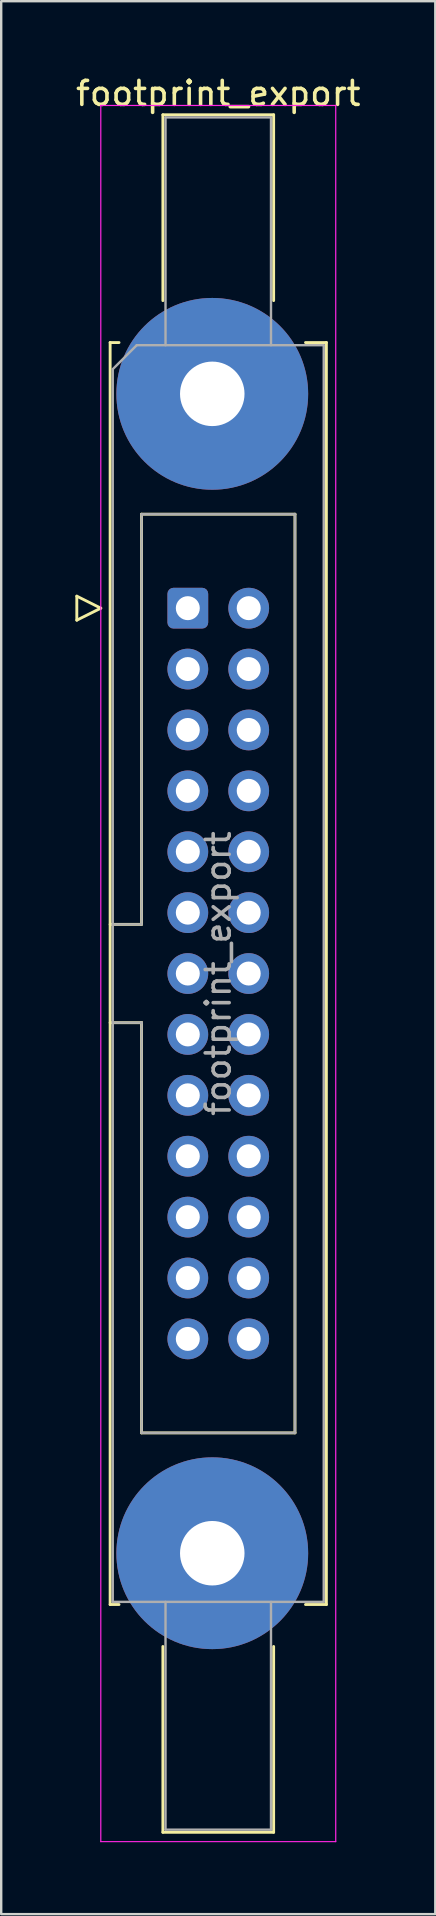
<source format=kicad_pcb>
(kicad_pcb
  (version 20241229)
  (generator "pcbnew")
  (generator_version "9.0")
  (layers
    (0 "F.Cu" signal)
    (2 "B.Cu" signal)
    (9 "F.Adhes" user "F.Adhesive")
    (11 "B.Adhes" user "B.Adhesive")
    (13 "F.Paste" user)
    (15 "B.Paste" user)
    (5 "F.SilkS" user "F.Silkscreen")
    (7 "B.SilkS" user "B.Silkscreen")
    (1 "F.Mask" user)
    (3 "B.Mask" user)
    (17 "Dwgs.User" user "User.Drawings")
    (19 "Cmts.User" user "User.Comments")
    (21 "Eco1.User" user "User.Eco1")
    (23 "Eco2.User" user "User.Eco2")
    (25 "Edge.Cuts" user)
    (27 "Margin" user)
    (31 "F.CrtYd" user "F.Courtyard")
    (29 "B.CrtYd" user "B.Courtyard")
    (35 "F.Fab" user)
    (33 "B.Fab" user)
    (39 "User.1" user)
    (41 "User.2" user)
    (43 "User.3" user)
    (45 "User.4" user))
  (footprint "footprint_export"
    (layer "F.Cu")
    (at 4.784 22.318)
    (property "Reference" "footprint_export" (at 1.27 -21.47 0) (layer "F.SilkS") (effects (font (size 1 1) (thickness 0.15))))
    (attr through_hole)
    (fp_line (start -4.63 -0.5) (end -4.63 0.5) (stroke (width 0.12) (type solid)) (layer "F.SilkS"))
    (fp_line (start -4.63 0.5) (end -3.63 0) (stroke (width 0.12) (type solid)) (layer "F.SilkS"))
    (fp_line (start -3.63 0) (end -4.63 -0.5) (stroke (width 0.12) (type solid)) (layer "F.SilkS"))
    (fp_line (start -3.24 -11.08) (end -3.24 41.56) (stroke (width 0.12) (type solid)) (layer "F.SilkS"))
    (fp_line (start -3.24 13.19) (end -1.93 13.19) (stroke (width 0.12) (type solid)) (layer "F.SilkS"))
    (fp_line (start -3.24 41.56) (end -2.87 41.56) (stroke (width 0.12) (type solid)) (layer "F.SilkS"))
    (fp_line (start -2.87 -11.08) (end -3.24 -11.08) (stroke (width 0.12) (type solid)) (layer "F.SilkS"))
    (fp_line (start -1.93 -3.92) (end 4.47 -3.92) (stroke (width 0.12) (type solid)) (layer "F.SilkS"))
    (fp_line (start -1.93 13.19) (end -1.93 -3.92) (stroke (width 0.12) (type solid)) (layer "F.SilkS"))
    (fp_line (start -1.93 17.29) (end -3.24 17.29) (stroke (width 0.12) (type solid)) (layer "F.SilkS"))
    (fp_line (start -1.93 17.29) (end -1.93 17.29) (stroke (width 0.12) (type solid)) (layer "F.SilkS"))
    (fp_line (start -1.93 34.4) (end -1.93 17.29) (stroke (width 0.12) (type solid)) (layer "F.SilkS"))
    (fp_line (start -1.04 -20.58) (end 3.58 -20.58) (stroke (width 0.12) (type solid)) (layer "F.SilkS"))
    (fp_line (start -1.04 -12.83) (end -1.04 -20.58) (stroke (width 0.12) (type solid)) (layer "F.SilkS"))
    (fp_line (start -1.04 43.31) (end -1.04 51.06) (stroke (width 0.12) (type solid)) (layer "F.SilkS"))
    (fp_line (start -1.04 51.06) (end 3.58 51.06) (stroke (width 0.12) (type solid)) (layer "F.SilkS"))
    (fp_line (start 3.58 -20.58) (end 3.58 -12.83) (stroke (width 0.12) (type solid)) (layer "F.SilkS"))
    (fp_line (start 3.58 51.06) (end 3.58 43.31) (stroke (width 0.12) (type solid)) (layer "F.SilkS"))
    (fp_line (start 4.47 -3.92) (end 4.47 34.4) (stroke (width 0.12) (type solid)) (layer "F.SilkS"))
    (fp_line (start 4.47 34.4) (end -1.93 34.4) (stroke (width 0.12) (type solid)) (layer "F.SilkS"))
    (fp_line (start 4.91 -11.08) (end 5.78 -11.08) (stroke (width 0.12) (type solid)) (layer "F.SilkS"))
    (fp_line (start 5.78 -11.08) (end 5.78 41.56) (stroke (width 0.12) (type solid)) (layer "F.SilkS"))
    (fp_line (start 5.78 41.56) (end 4.91 41.56) (stroke (width 0.12) (type solid)) (layer "F.SilkS"))
    (fp_line (start -3.63 -20.97) (end -3.63 51.45) (stroke (width 0.05) (type solid)) (layer "F.CrtYd"))
    (fp_line (start -3.63 51.45) (end 6.17 51.45) (stroke (width 0.05) (type solid)) (layer "F.CrtYd"))
    (fp_line (start 6.17 -20.97) (end -3.63 -20.97) (stroke (width 0.05) (type solid)) (layer "F.CrtYd"))
    (fp_line (start 6.17 51.45) (end 6.17 -20.97) (stroke (width 0.05) (type solid)) (layer "F.CrtYd"))
    (fp_line (start -3.13 -9.97) (end -2.13 -10.97) (stroke (width 0.1) (type solid)) (layer "F.Fab"))
    (fp_line (start -3.13 13.19) (end -1.93 13.19) (stroke (width 0.1) (type solid)) (layer "F.Fab"))
    (fp_line (start -3.13 41.45) (end -3.13 -9.97) (stroke (width 0.1) (type solid)) (layer "F.Fab"))
    (fp_line (start -2.13 -10.97) (end 5.67 -10.97) (stroke (width 0.1) (type solid)) (layer "F.Fab"))
    (fp_line (start -1.93 -3.92) (end 4.47 -3.92) (stroke (width 0.1) (type solid)) (layer "F.Fab"))
    (fp_line (start -1.93 13.19) (end -1.93 -3.92) (stroke (width 0.1) (type solid)) (layer "F.Fab"))
    (fp_line (start -1.93 17.29) (end -3.13 17.29) (stroke (width 0.1) (type solid)) (layer "F.Fab"))
    (fp_line (start -1.93 17.29) (end -1.93 17.29) (stroke (width 0.1) (type solid)) (layer "F.Fab"))
    (fp_line (start -1.93 34.4) (end -1.93 17.29) (stroke (width 0.1) (type solid)) (layer "F.Fab"))
    (fp_line (start -0.93 -20.47) (end 3.47 -20.47) (stroke (width 0.1) (type solid)) (layer "F.Fab"))
    (fp_line (start -0.93 -10.97) (end -0.93 -20.47) (stroke (width 0.1) (type solid)) (layer "F.Fab"))
    (fp_line (start -0.93 41.45) (end -0.93 50.95) (stroke (width 0.1) (type solid)) (layer "F.Fab"))
    (fp_line (start -0.93 50.95) (end 3.47 50.95) (stroke (width 0.1) (type solid)) (layer "F.Fab"))
    (fp_line (start 3.47 -20.47) (end 3.47 -10.97) (stroke (width 0.1) (type solid)) (layer "F.Fab"))
    (fp_line (start 3.47 50.95) (end 3.47 41.45) (stroke (width 0.1) (type solid)) (layer "F.Fab"))
    (fp_line (start 4.47 -3.92) (end 4.47 34.4) (stroke (width 0.1) (type solid)) (layer "F.Fab"))
    (fp_line (start 4.47 34.4) (end -1.93 34.4) (stroke (width 0.1) (type solid)) (layer "F.Fab"))
    (fp_line (start 5.67 -10.97) (end 5.67 41.45) (stroke (width 0.1) (type solid)) (layer "F.Fab"))
    (fp_line (start 5.67 41.45) (end -3.13 41.45) (stroke (width 0.1) (type solid)) (layer "F.Fab"))
    (fp_text user "${REFERENCE}" (at 1.27 15.24 90) (layer "F.Fab") (effects (font (size 1 1) (thickness 0.15))))
    (pad "1" thru_hole roundrect (at 0 0) (size 1.7 1.7) (drill 1) (layers "*.Cu" "*.Mask") (roundrect_rratio 0.147))
    (pad "2" thru_hole circle (at 2.54 0) (size 1.7 1.7) (drill 1) (layers "*.Cu" "*.Mask"))
    (pad "3" thru_hole circle (at 0 2.54) (size 1.7 1.7) (drill 1) (layers "*.Cu" "*.Mask"))
    (pad "4" thru_hole circle (at 2.54 2.54) (size 1.7 1.7) (drill 1) (layers "*.Cu" "*.Mask"))
    (pad "5" thru_hole circle (at 0 5.08) (size 1.7 1.7) (drill 1) (layers "*.Cu" "*.Mask"))
    (pad "6" thru_hole circle (at 2.54 5.08) (size 1.7 1.7) (drill 1) (layers "*.Cu" "*.Mask"))
    (pad "7" thru_hole circle (at 0 7.62) (size 1.7 1.7) (drill 1) (layers "*.Cu" "*.Mask"))
    (pad "8" thru_hole circle (at 2.54 7.62) (size 1.7 1.7) (drill 1) (layers "*.Cu" "*.Mask"))
    (pad "9" thru_hole circle (at 0 10.16) (size 1.7 1.7) (drill 1) (layers "*.Cu" "*.Mask"))
    (pad "10" thru_hole circle (at 2.54 10.16) (size 1.7 1.7) (drill 1) (layers "*.Cu" "*.Mask"))
    (pad "11" thru_hole circle (at 0 12.7) (size 1.7 1.7) (drill 1) (layers "*.Cu" "*.Mask"))
    (pad "12" thru_hole circle (at 2.54 12.7) (size 1.7 1.7) (drill 1) (layers "*.Cu" "*.Mask"))
    (pad "13" thru_hole circle (at 0 15.24) (size 1.7 1.7) (drill 1) (layers "*.Cu" "*.Mask"))
    (pad "14" thru_hole circle (at 2.54 15.24) (size 1.7 1.7) (drill 1) (layers "*.Cu" "*.Mask"))
    (pad "15" thru_hole circle (at 0 17.78) (size 1.7 1.7) (drill 1) (layers "*.Cu" "*.Mask"))
    (pad "16" thru_hole circle (at 2.54 17.78) (size 1.7 1.7) (drill 1) (layers "*.Cu" "*.Mask"))
    (pad "17" thru_hole circle (at 0 20.32) (size 1.7 1.7) (drill 1) (layers "*.Cu" "*.Mask"))
    (pad "18" thru_hole circle (at 2.54 20.32) (size 1.7 1.7) (drill 1) (layers "*.Cu" "*.Mask"))
    (pad "19" thru_hole circle (at 0 22.86) (size 1.7 1.7) (drill 1) (layers "*.Cu" "*.Mask"))
    (pad "20" thru_hole circle (at 2.54 22.86) (size 1.7 1.7) (drill 1) (layers "*.Cu" "*.Mask"))
    (pad "21" thru_hole circle (at 0 25.4) (size 1.7 1.7) (drill 1) (layers "*.Cu" "*.Mask"))
    (pad "22" thru_hole circle (at 2.54 25.4) (size 1.7 1.7) (drill 1) (layers "*.Cu" "*.Mask"))
    (pad "23" thru_hole circle (at 0 27.94) (size 1.7 1.7) (drill 1) (layers "*.Cu" "*.Mask"))
    (pad "24" thru_hole circle (at 2.54 27.94) (size 1.7 1.7) (drill 1) (layers "*.Cu" "*.Mask"))
    (pad "25" thru_hole circle (at 0 30.48) (size 1.7 1.7) (drill 1) (layers "*.Cu" "*.Mask"))
    (pad "26" thru_hole circle (at 2.54 30.48) (size 1.7 1.7) (drill 1) (layers "*.Cu" "*.Mask"))
    (pad "MP" thru_hole circle (at 1.02 -8.94) (size 8 8) (drill 2.69) (layers "*.Cu" "*.Mask"))
    (pad "MP" thru_hole circle (at 1.02 39.42) (size 8 8) (drill 2.69) (layers "*.Cu" "*.Mask")))
  (gr_rect
    (start -3 -3)
    (end 15.107 76.793)
    (stroke (width 0.1) (type default))
    (fill no)
    (layer "Edge.Cuts")))
</source>
